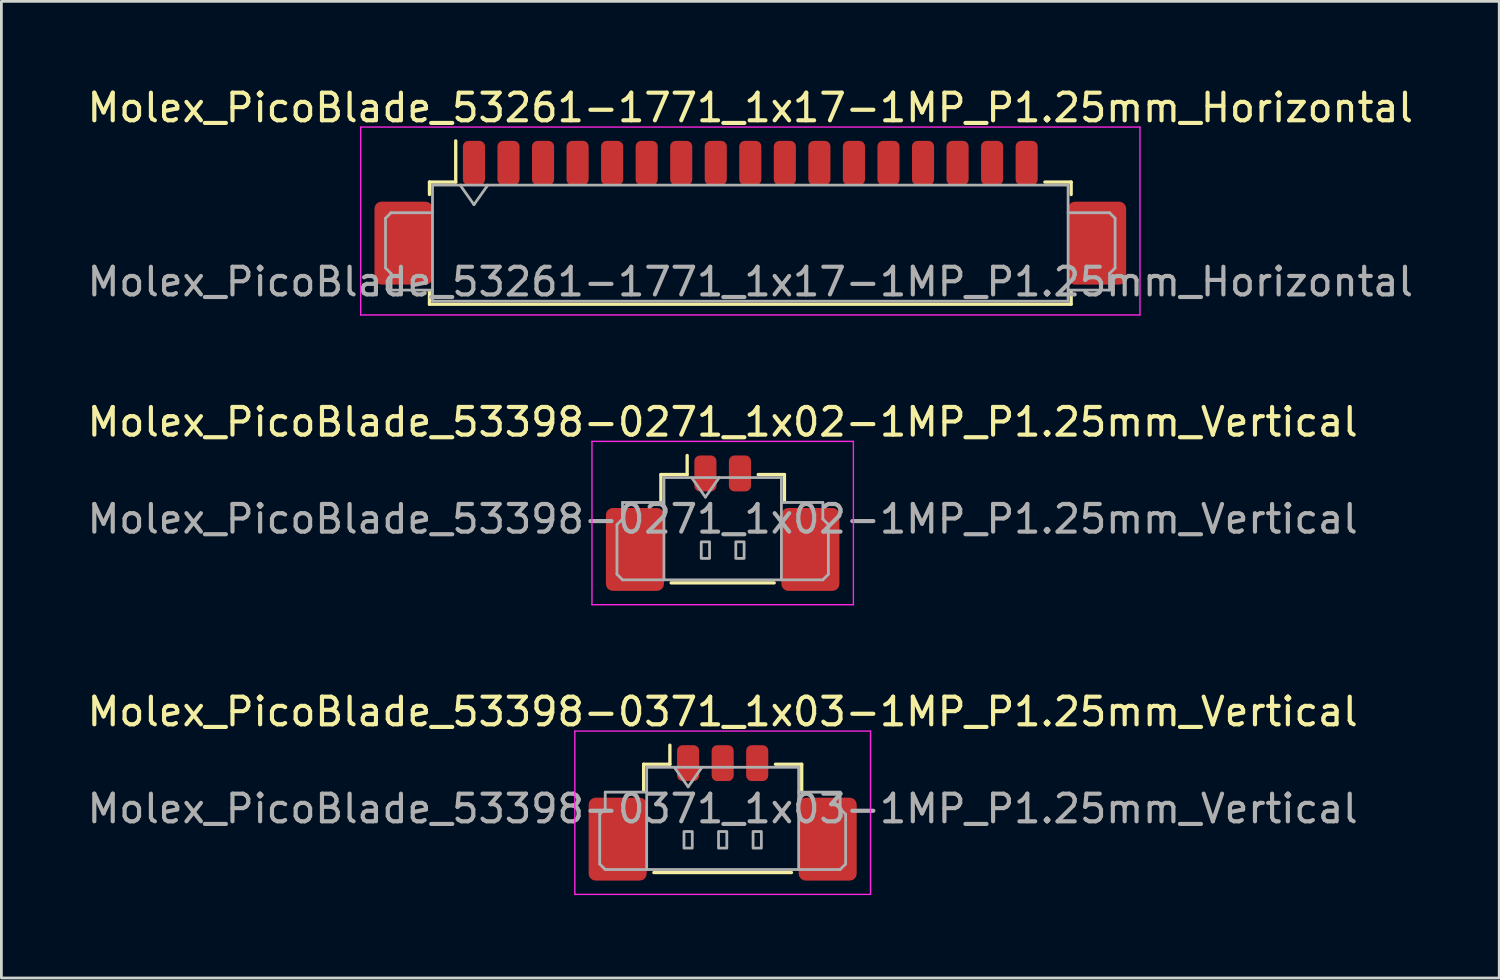
<source format=kicad_pcb>
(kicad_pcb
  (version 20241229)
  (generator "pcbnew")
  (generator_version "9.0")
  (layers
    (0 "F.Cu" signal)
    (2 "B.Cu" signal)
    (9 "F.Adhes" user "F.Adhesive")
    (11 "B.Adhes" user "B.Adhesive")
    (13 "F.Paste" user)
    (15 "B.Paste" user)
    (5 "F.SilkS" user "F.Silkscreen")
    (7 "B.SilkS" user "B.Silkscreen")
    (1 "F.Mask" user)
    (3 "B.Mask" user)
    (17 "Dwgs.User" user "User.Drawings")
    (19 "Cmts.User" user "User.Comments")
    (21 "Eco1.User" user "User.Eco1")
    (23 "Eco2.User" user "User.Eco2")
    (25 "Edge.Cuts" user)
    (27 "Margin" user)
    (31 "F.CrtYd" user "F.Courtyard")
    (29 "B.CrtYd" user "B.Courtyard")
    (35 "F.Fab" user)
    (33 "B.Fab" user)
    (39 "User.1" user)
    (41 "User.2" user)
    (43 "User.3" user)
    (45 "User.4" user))
  (footprint "Molex_PicoBlade_53398-0371_1x03-1MP_P1.25mm_Vertical"
    (layer "F.Cu")
    (at 23.101 25.815)
    (property "Reference" "Molex_PicoBlade_53398-0371_1x03-1MP_P1.25mm_Vertical" (at 0 -3.11 0) (layer "F.SilkS") (effects (font (size 1 1) (thickness 0.15))))
    (attr smd)
    (fp_line (start -2.86 -1.21) (end -1.91 -1.21) (stroke (width 0.12) (type solid)) (layer "F.SilkS"))
    (fp_line (start -2.86 -0.26) (end -2.86 -1.21) (stroke (width 0.12) (type solid)) (layer "F.SilkS"))
    (fp_line (start -2.49 2.71) (end 2.49 2.71) (stroke (width 0.12) (type solid)) (layer "F.SilkS"))
    (fp_line (start -1.91 -1.21) (end -1.91 -1.9) (stroke (width 0.12) (type solid)) (layer "F.SilkS"))
    (fp_line (start 2.86 -1.21) (end 1.91 -1.21) (stroke (width 0.12) (type solid)) (layer "F.SilkS"))
    (fp_line (start 2.86 -0.26) (end 2.86 -1.21) (stroke (width 0.12) (type solid)) (layer "F.SilkS"))
    (fp_line (start -5.35 -2.41) (end -5.35 3.5) (stroke (width 0.05) (type solid)) (layer "F.CrtYd"))
    (fp_line (start -5.35 3.5) (end 5.35 3.5) (stroke (width 0.05) (type solid)) (layer "F.CrtYd"))
    (fp_line (start 5.35 -2.41) (end -5.35 -2.41) (stroke (width 0.05) (type solid)) (layer "F.CrtYd"))
    (fp_line (start 5.35 3.5) (end 5.35 -2.41) (stroke (width 0.05) (type solid)) (layer "F.CrtYd"))
    (fp_line (start -4.45 0.6) (end -4.25 0.4) (stroke (width 0.1) (type solid)) (layer "F.Fab"))
    (fp_line (start -4.45 2.4) (end -4.45 0.6) (stroke (width 0.1) (type solid)) (layer "F.Fab"))
    (fp_line (start -4.25 -0.2) (end -2.75 -0.2) (stroke (width 0.1) (type solid)) (layer "F.Fab"))
    (fp_line (start -4.25 0.4) (end -4.25 -0.2) (stroke (width 0.1) (type solid)) (layer "F.Fab"))
    (fp_line (start -4.25 2.6) (end -4.45 2.4) (stroke (width 0.1) (type solid)) (layer "F.Fab"))
    (fp_line (start -2.75 -1.1) (end -2.75 2.6) (stroke (width 0.1) (type solid)) (layer "F.Fab"))
    (fp_line (start -2.75 -1.1) (end 2.75 -1.1) (stroke (width 0.1) (type solid)) (layer "F.Fab"))
    (fp_line (start -2.75 2.6) (end -4.25 2.6) (stroke (width 0.1) (type solid)) (layer "F.Fab"))
    (fp_line (start -2.75 2.6) (end 2.75 2.6) (stroke (width 0.1) (type solid)) (layer "F.Fab"))
    (fp_line (start -1.75 -1.1) (end -1.25 -0.393) (stroke (width 0.1) (type solid)) (layer "F.Fab"))
    (fp_line (start -1.25 -0.393) (end -0.75 -1.1) (stroke (width 0.1) (type solid)) (layer "F.Fab"))
    (fp_line (start 2.75 -1.1) (end 2.75 2.6) (stroke (width 0.1) (type solid)) (layer "F.Fab"))
    (fp_line (start 2.75 2.6) (end 4.25 2.6) (stroke (width 0.1) (type solid)) (layer "F.Fab"))
    (fp_line (start 4.25 -0.2) (end 2.75 -0.2) (stroke (width 0.1) (type solid)) (layer "F.Fab"))
    (fp_line (start 4.25 0.4) (end 4.25 -0.2) (stroke (width 0.1) (type solid)) (layer "F.Fab"))
    (fp_line (start 4.25 2.6) (end 4.45 2.4) (stroke (width 0.1) (type solid)) (layer "F.Fab"))
    (fp_line (start 4.45 0.6) (end 4.25 0.4) (stroke (width 0.1) (type solid)) (layer "F.Fab"))
    (fp_line (start 4.45 2.4) (end 4.45 0.6) (stroke (width 0.1) (type solid)) (layer "F.Fab"))
    (fp_rect (start -1.4 1.225) (end -1.1 1.825) (stroke (width 0.1) (type solid)) (fill no) (layer "F.Fab"))
    (fp_rect (start -0.15 1.225) (end 0.15 1.825) (stroke (width 0.1) (type solid)) (fill no) (layer "F.Fab"))
    (fp_rect (start 1.1 1.225) (end 1.4 1.825) (stroke (width 0.1) (type solid)) (fill no) (layer "F.Fab"))
    (fp_text user "${REFERENCE}" (at 0 0.4 0) (layer "F.Fab") (effects (font (size 1 1) (thickness 0.15))))
    (pad "1" smd roundrect (at -1.25 -1.25) (size 0.8 1.3) (layers "F.Cu" "F.Mask" "F.Paste") (roundrect_rratio 0.25))
    (pad "2" smd roundrect (at 0 -1.25) (size 0.8 1.3) (layers "F.Cu" "F.Mask" "F.Paste") (roundrect_rratio 0.25))
    (pad "3" smd roundrect (at 1.25 -1.25) (size 0.8 1.3) (layers "F.Cu" "F.Mask" "F.Paste") (roundrect_rratio 0.25))
    (pad "MP" smd roundrect (at -3.8 1.5) (size 2.1 3) (layers "F.Cu" "F.Mask" "F.Paste") (roundrect_rratio 0.119))
    (pad "MP" smd roundrect (at 3.8 1.5) (size 2.1 3) (layers "F.Cu" "F.Mask" "F.Paste") (roundrect_rratio 0.119)))
  (footprint "Molex_PicoBlade_53261-1771_1x17-1MP_P1.25mm_Horizontal"
    (layer "F.Cu")
    (at 24.101 5.248)
    (property "Reference" "Molex_PicoBlade_53261-1771_1x17-1MP_P1.25mm_Horizontal" (at 0 -4.4 0) (layer "F.SilkS") (effects (font (size 1 1) (thickness 0.15))))
    (attr smd)
    (fp_line (start -11.61 -1.71) (end -10.66 -1.71) (stroke (width 0.12) (type solid)) (layer "F.SilkS"))
    (fp_line (start -11.61 -1.26) (end -11.61 -1.71) (stroke (width 0.12) (type solid)) (layer "F.SilkS"))
    (fp_line (start -11.61 2.26) (end -11.61 2.71) (stroke (width 0.12) (type solid)) (layer "F.SilkS"))
    (fp_line (start -11.61 2.71) (end 11.61 2.71) (stroke (width 0.12) (type solid)) (layer "F.SilkS"))
    (fp_line (start -10.66 -1.71) (end -10.66 -3.2) (stroke (width 0.12) (type solid)) (layer "F.SilkS"))
    (fp_line (start 11.61 -1.71) (end 10.66 -1.71) (stroke (width 0.12) (type solid)) (layer "F.SilkS"))
    (fp_line (start 11.61 -1.26) (end 11.61 -1.71) (stroke (width 0.12) (type solid)) (layer "F.SilkS"))
    (fp_line (start 11.61 2.71) (end 11.61 2.26) (stroke (width 0.12) (type solid)) (layer "F.SilkS"))
    (fp_line (start -14.1 -3.7) (end -14.1 3.1) (stroke (width 0.05) (type solid)) (layer "F.CrtYd"))
    (fp_line (start -14.1 3.1) (end 14.1 3.1) (stroke (width 0.05) (type solid)) (layer "F.CrtYd"))
    (fp_line (start 14.1 -3.7) (end -14.1 -3.7) (stroke (width 0.05) (type solid)) (layer "F.CrtYd"))
    (fp_line (start 14.1 3.1) (end 14.1 -3.7) (stroke (width 0.05) (type solid)) (layer "F.CrtYd"))
    (fp_line (start -13.2 -0.4) (end -13.2 1.4) (stroke (width 0.1) (type solid)) (layer "F.Fab"))
    (fp_line (start -13.2 1.4) (end -13 1.6) (stroke (width 0.1) (type solid)) (layer "F.Fab"))
    (fp_line (start -13 -0.6) (end -13.2 -0.4) (stroke (width 0.1) (type solid)) (layer "F.Fab"))
    (fp_line (start -13 1.6) (end -13 2.2) (stroke (width 0.1) (type solid)) (layer "F.Fab"))
    (fp_line (start -13 2.2) (end -11.5 2.2) (stroke (width 0.1) (type solid)) (layer "F.Fab"))
    (fp_line (start -11.5 -1.6) (end -11.5 2.6) (stroke (width 0.1) (type solid)) (layer "F.Fab"))
    (fp_line (start -11.5 -1.6) (end 11.5 -1.6) (stroke (width 0.1) (type solid)) (layer "F.Fab"))
    (fp_line (start -11.5 -0.6) (end -13 -0.6) (stroke (width 0.1) (type solid)) (layer "F.Fab"))
    (fp_line (start -11.5 2.6) (end 11.5 2.6) (stroke (width 0.1) (type solid)) (layer "F.Fab"))
    (fp_line (start -10.5 -1.6) (end -10 -0.893) (stroke (width 0.1) (type solid)) (layer "F.Fab"))
    (fp_line (start -10 -0.893) (end -9.5 -1.6) (stroke (width 0.1) (type solid)) (layer "F.Fab"))
    (fp_line (start 11.5 -1.6) (end 11.5 2.6) (stroke (width 0.1) (type solid)) (layer "F.Fab"))
    (fp_line (start 11.5 -0.6) (end 13 -0.6) (stroke (width 0.1) (type solid)) (layer "F.Fab"))
    (fp_line (start 13 -0.6) (end 13.2 -0.4) (stroke (width 0.1) (type solid)) (layer "F.Fab"))
    (fp_line (start 13 1.6) (end 13 2.2) (stroke (width 0.1) (type solid)) (layer "F.Fab"))
    (fp_line (start 13 2.2) (end 11.5 2.2) (stroke (width 0.1) (type solid)) (layer "F.Fab"))
    (fp_line (start 13.2 -0.4) (end 13.2 1.4) (stroke (width 0.1) (type solid)) (layer "F.Fab"))
    (fp_line (start 13.2 1.4) (end 13 1.6) (stroke (width 0.1) (type solid)) (layer "F.Fab"))
    (fp_text user "${REFERENCE}" (at 0 1.9 0) (layer "F.Fab") (effects (font (size 1 1) (thickness 0.15))))
    (pad "1" smd roundrect (at -10 -2.4) (size 0.8 1.6) (layers "F.Cu" "F.Mask" "F.Paste") (roundrect_rratio 0.25))
    (pad "2" smd roundrect (at -8.75 -2.4) (size 0.8 1.6) (layers "F.Cu" "F.Mask" "F.Paste") (roundrect_rratio 0.25))
    (pad "3" smd roundrect (at -7.5 -2.4) (size 0.8 1.6) (layers "F.Cu" "F.Mask" "F.Paste") (roundrect_rratio 0.25))
    (pad "4" smd roundrect (at -6.25 -2.4) (size 0.8 1.6) (layers "F.Cu" "F.Mask" "F.Paste") (roundrect_rratio 0.25))
    (pad "5" smd roundrect (at -5 -2.4) (size 0.8 1.6) (layers "F.Cu" "F.Mask" "F.Paste") (roundrect_rratio 0.25))
    (pad "6" smd roundrect (at -3.75 -2.4) (size 0.8 1.6) (layers "F.Cu" "F.Mask" "F.Paste") (roundrect_rratio 0.25))
    (pad "7" smd roundrect (at -2.5 -2.4) (size 0.8 1.6) (layers "F.Cu" "F.Mask" "F.Paste") (roundrect_rratio 0.25))
    (pad "8" smd roundrect (at -1.25 -2.4) (size 0.8 1.6) (layers "F.Cu" "F.Mask" "F.Paste") (roundrect_rratio 0.25))
    (pad "9" smd roundrect (at 0 -2.4) (size 0.8 1.6) (layers "F.Cu" "F.Mask" "F.Paste") (roundrect_rratio 0.25))
    (pad "10" smd roundrect (at 1.25 -2.4) (size 0.8 1.6) (layers "F.Cu" "F.Mask" "F.Paste") (roundrect_rratio 0.25))
    (pad "11" smd roundrect (at 2.5 -2.4) (size 0.8 1.6) (layers "F.Cu" "F.Mask" "F.Paste") (roundrect_rratio 0.25))
    (pad "12" smd roundrect (at 3.75 -2.4) (size 0.8 1.6) (layers "F.Cu" "F.Mask" "F.Paste") (roundrect_rratio 0.25))
    (pad "13" smd roundrect (at 5 -2.4) (size 0.8 1.6) (layers "F.Cu" "F.Mask" "F.Paste") (roundrect_rratio 0.25))
    (pad "14" smd roundrect (at 6.25 -2.4) (size 0.8 1.6) (layers "F.Cu" "F.Mask" "F.Paste") (roundrect_rratio 0.25))
    (pad "15" smd roundrect (at 7.5 -2.4) (size 0.8 1.6) (layers "F.Cu" "F.Mask" "F.Paste") (roundrect_rratio 0.25))
    (pad "16" smd roundrect (at 8.75 -2.4) (size 0.8 1.6) (layers "F.Cu" "F.Mask" "F.Paste") (roundrect_rratio 0.25))
    (pad "17" smd roundrect (at 10 -2.4) (size 0.8 1.6) (layers "F.Cu" "F.Mask" "F.Paste") (roundrect_rratio 0.25))
    (pad "MP" smd roundrect (at -12.55 0.5) (size 2.1 3) (layers "F.Cu" "F.Mask" "F.Paste") (roundrect_rratio 0.119))
    (pad "MP" smd roundrect (at 12.55 0.5) (size 2.1 3) (layers "F.Cu" "F.Mask" "F.Paste") (roundrect_rratio 0.119)))
  (footprint "Molex_PicoBlade_53398-0271_1x02-1MP_P1.25mm_Vertical"
    (layer "F.Cu")
    (at 23.101 15.332)
    (property "Reference" "Molex_PicoBlade_53398-0271_1x02-1MP_P1.25mm_Vertical" (at 0 -3.11 0) (layer "F.SilkS") (effects (font (size 1 1) (thickness 0.15))))
    (attr smd)
    (fp_line (start -2.235 -1.21) (end -1.285 -1.21) (stroke (width 0.12) (type solid)) (layer "F.SilkS"))
    (fp_line (start -2.235 -0.26) (end -2.235 -1.21) (stroke (width 0.12) (type solid)) (layer "F.SilkS"))
    (fp_line (start -1.865 2.71) (end 1.865 2.71) (stroke (width 0.12) (type solid)) (layer "F.SilkS"))
    (fp_line (start -1.285 -1.21) (end -1.285 -1.9) (stroke (width 0.12) (type solid)) (layer "F.SilkS"))
    (fp_line (start 2.235 -1.21) (end 1.285 -1.21) (stroke (width 0.12) (type solid)) (layer "F.SilkS"))
    (fp_line (start 2.235 -0.26) (end 2.235 -1.21) (stroke (width 0.12) (type solid)) (layer "F.SilkS"))
    (fp_line (start -4.73 -2.41) (end -4.73 3.5) (stroke (width 0.05) (type solid)) (layer "F.CrtYd"))
    (fp_line (start -4.73 3.5) (end 4.73 3.5) (stroke (width 0.05) (type solid)) (layer "F.CrtYd"))
    (fp_line (start 4.73 -2.41) (end -4.73 -2.41) (stroke (width 0.05) (type solid)) (layer "F.CrtYd"))
    (fp_line (start 4.73 3.5) (end 4.73 -2.41) (stroke (width 0.05) (type solid)) (layer "F.CrtYd"))
    (fp_line (start -3.825 0.6) (end -3.625 0.4) (stroke (width 0.1) (type solid)) (layer "F.Fab"))
    (fp_line (start -3.825 2.4) (end -3.825 0.6) (stroke (width 0.1) (type solid)) (layer "F.Fab"))
    (fp_line (start -3.625 -0.2) (end -2.125 -0.2) (stroke (width 0.1) (type solid)) (layer "F.Fab"))
    (fp_line (start -3.625 0.4) (end -3.625 -0.2) (stroke (width 0.1) (type solid)) (layer "F.Fab"))
    (fp_line (start -3.625 2.6) (end -3.825 2.4) (stroke (width 0.1) (type solid)) (layer "F.Fab"))
    (fp_line (start -2.125 -1.1) (end -2.125 2.6) (stroke (width 0.1) (type solid)) (layer "F.Fab"))
    (fp_line (start -2.125 -1.1) (end 2.125 -1.1) (stroke (width 0.1) (type solid)) (layer "F.Fab"))
    (fp_line (start -2.125 2.6) (end -3.625 2.6) (stroke (width 0.1) (type solid)) (layer "F.Fab"))
    (fp_line (start -2.125 2.6) (end 2.125 2.6) (stroke (width 0.1) (type solid)) (layer "F.Fab"))
    (fp_line (start -1.125 -1.1) (end -0.625 -0.393) (stroke (width 0.1) (type solid)) (layer "F.Fab"))
    (fp_line (start -0.625 -0.393) (end -0.125 -1.1) (stroke (width 0.1) (type solid)) (layer "F.Fab"))
    (fp_line (start 2.125 -1.1) (end 2.125 2.6) (stroke (width 0.1) (type solid)) (layer "F.Fab"))
    (fp_line (start 2.125 2.6) (end 3.625 2.6) (stroke (width 0.1) (type solid)) (layer "F.Fab"))
    (fp_line (start 3.625 -0.2) (end 2.125 -0.2) (stroke (width 0.1) (type solid)) (layer "F.Fab"))
    (fp_line (start 3.625 0.4) (end 3.625 -0.2) (stroke (width 0.1) (type solid)) (layer "F.Fab"))
    (fp_line (start 3.625 2.6) (end 3.825 2.4) (stroke (width 0.1) (type solid)) (layer "F.Fab"))
    (fp_line (start 3.825 0.6) (end 3.625 0.4) (stroke (width 0.1) (type solid)) (layer "F.Fab"))
    (fp_line (start 3.825 2.4) (end 3.825 0.6) (stroke (width 0.1) (type solid)) (layer "F.Fab"))
    (fp_rect (start -0.775 1.225) (end -0.475 1.825) (stroke (width 0.1) (type solid)) (fill no) (layer "F.Fab"))
    (fp_rect (start 0.475 1.225) (end 0.775 1.825) (stroke (width 0.1) (type solid)) (fill no) (layer "F.Fab"))
    (fp_text user "${REFERENCE}" (at 0 0.4 0) (layer "F.Fab") (effects (font (size 1 1) (thickness 0.15))))
    (pad "1" smd roundrect (at -0.625 -1.25) (size 0.8 1.3) (layers "F.Cu" "F.Mask" "F.Paste") (roundrect_rratio 0.25))
    (pad "2" smd roundrect (at 0.625 -1.25) (size 0.8 1.3) (layers "F.Cu" "F.Mask" "F.Paste") (roundrect_rratio 0.25))
    (pad "MP" smd roundrect (at -3.175 1.5) (size 2.1 3) (layers "F.Cu" "F.Mask" "F.Paste") (roundrect_rratio 0.119))
    (pad "MP" smd roundrect (at 3.175 1.5) (size 2.1 3) (layers "F.Cu" "F.Mask" "F.Paste") (roundrect_rratio 0.119)))
  (gr_rect
    (start -3 -3)
    (end 51.202 32.34)
    (stroke (width 0.1) (type default))
    (fill no)
    (layer "Edge.Cuts")))
</source>
